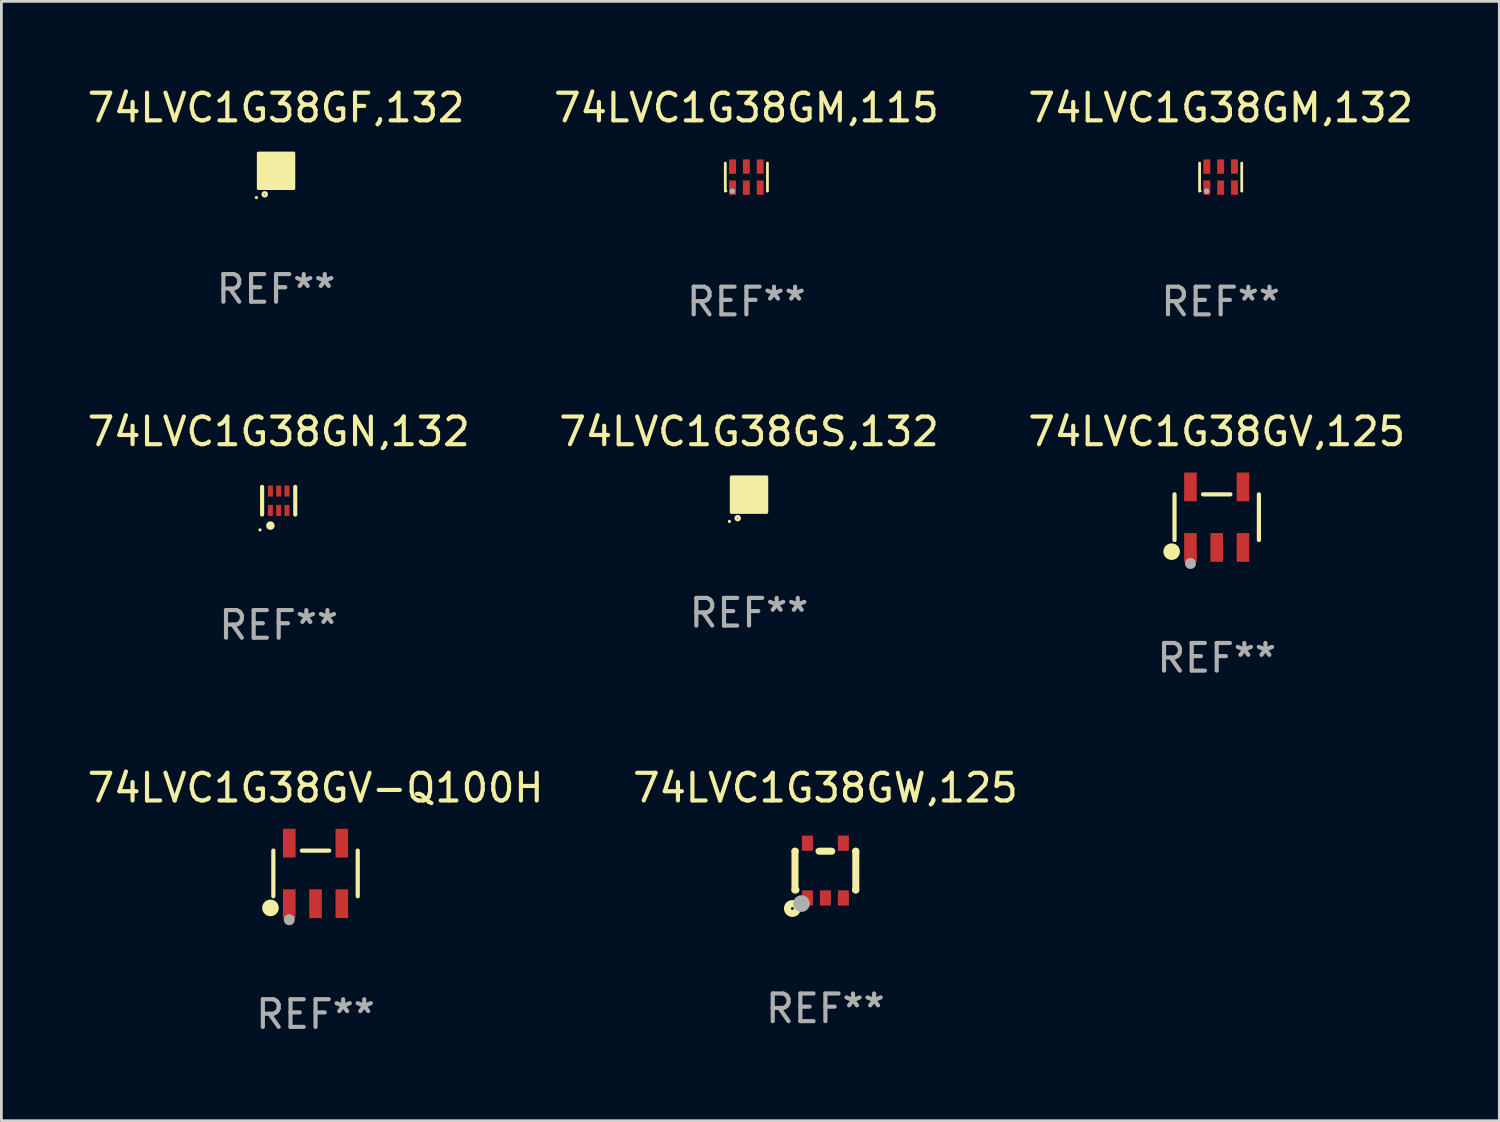
<source format=kicad_pcb>
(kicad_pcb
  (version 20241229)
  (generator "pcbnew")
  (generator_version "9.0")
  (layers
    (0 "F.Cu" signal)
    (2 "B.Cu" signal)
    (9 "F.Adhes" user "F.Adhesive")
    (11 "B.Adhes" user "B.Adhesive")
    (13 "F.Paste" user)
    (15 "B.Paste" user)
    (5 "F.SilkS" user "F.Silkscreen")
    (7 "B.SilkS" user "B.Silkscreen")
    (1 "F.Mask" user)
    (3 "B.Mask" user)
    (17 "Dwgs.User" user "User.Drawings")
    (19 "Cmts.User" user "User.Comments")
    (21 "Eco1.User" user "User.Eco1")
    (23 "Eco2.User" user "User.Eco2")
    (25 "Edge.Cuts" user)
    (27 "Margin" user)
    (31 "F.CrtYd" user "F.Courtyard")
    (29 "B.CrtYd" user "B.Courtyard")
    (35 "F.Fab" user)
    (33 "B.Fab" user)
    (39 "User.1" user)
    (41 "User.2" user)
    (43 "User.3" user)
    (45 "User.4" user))
  (footprint "74LVC1G38GV-Q100H"
    (layer "F.Cu")
    (at 8.363 28.542)
    (property "Reference" "74LVC1G38GV-Q100H" (at 0 -3.095 0) (layer "F.SilkS") (effects (font (size 1 1) (thickness 0.15))))
    (attr through_hole)
    (fp_line (start -1.526 0.826) (end -1.526 -0.826) (stroke (width 0.152) (type solid)) (layer "F.SilkS"))
    (fp_line (start 0.494 -0.826) (end -0.494 -0.826) (stroke (width 0.152) (type solid)) (layer "F.SilkS"))
    (fp_line (start 1.526 0.826) (end 1.526 -0.826) (stroke (width 0.152) (type solid)) (layer "F.SilkS"))
    (fp_circle (center -1.63 1.247) (end -1.48 1.247) (stroke (width 0.3) (type solid)) (fill no) (layer "F.SilkS"))
    (fp_circle (center -1.45 1.375) (end -1.42 1.375) (stroke (width 0.06) (type solid)) (fill no) (layer "F.SilkS"))
    (fp_circle (center -0.95 1.675) (end -0.85 1.675) (stroke (width 0.2) (type solid)) (fill no) (layer "F.Fab"))
    (fp_text user "REF**" (at 0 5.095 0) (layer "F.Fab") (effects (font (size 1 1) (thickness 0.15))))
    (pad "1" smd rect (at -0.95 1.095) (size 0.455 1.04) (layers "F.Cu" "F.Mask" "F.Paste"))
    (pad "2" smd rect (at 0 1.095) (size 0.455 1.04) (layers "F.Cu" "F.Mask" "F.Paste"))
    (pad "3" smd rect (at 0.95 1.095) (size 0.455 1.04) (layers "F.Cu" "F.Mask" "F.Paste"))
    (pad "4" smd rect (at 0.95 -1.095) (size 0.455 1.04) (layers "F.Cu" "F.Mask" "F.Paste"))
    (pad "5" smd rect (at -0.95 -1.095) (size 0.455 1.04) (layers "F.Cu" "F.Mask" "F.Paste")))
  (footprint "74LVC1G38GM,115"
    (layer "F.Cu")
    (at 23.946 3.356)
    (property "Reference" "74LVC1G38GM,115" (at 0 -2.508 0) (layer "F.SilkS") (effects (font (size 1 1) (thickness 0.15))))
    (attr through_hole)
    (fp_line (start -0.762 -0.508) (end -0.762 0.508) (stroke (width 0.1) (type solid)) (layer "F.SilkS"))
    (fp_line (start 0.762 -0.508) (end 0.762 0.508) (stroke (width 0.1) (type solid)) (layer "F.SilkS"))
    (fp_circle (center -0.725 0.5) (end -0.705 0.5) (stroke (width 0.04) (type solid)) (fill no) (layer "F.SilkS"))
    (fp_circle (center -0.508 0.508) (end -0.458 0.508) (stroke (width 0.1) (type solid)) (fill no) (layer "F.Fab"))
    (fp_text user "REF**" (at 0 4.508 0) (layer "F.Fab") (effects (font (size 1 1) (thickness 0.15))))
    (pad "1" smd rect (at -0.5 0.38) (size 0.25 0.52) (layers "F.Cu" "F.Mask" "F.Paste"))
    (pad "2" smd rect (at -0.000127 0.38) (size 0.25 0.52) (layers "F.Cu" "F.Mask" "F.Paste"))
    (pad "3" smd rect (at 0.5 0.38) (size 0.25 0.52) (layers "F.Cu" "F.Mask" "F.Paste"))
    (pad "4" smd rect (at 0.5 -0.38 180) (size 0.25 0.52) (layers "F.Cu" "F.Mask" "F.Paste"))
    (pad "5" smd rect (at -0.000127 -0.38 180) (size 0.25 0.52) (layers "F.Cu" "F.Mask" "F.Paste"))
    (pad "6" smd rect (at -0.5 -0.38 180) (size 0.25 0.52) (layers "F.Cu" "F.Mask" "F.Paste")))
  (footprint "74LVC1G38GW,125"
    (layer "F.Cu")
    (at 26.804 28.438)
    (property "Reference" "74LVC1G38GW,125" (at 0 -2.991 0) (layer "F.SilkS") (effects (font (size 1 1) (thickness 0.15))))
    (attr through_hole)
    (fp_line (start -1.1 -0.7) (end -1.1 0.7) (stroke (width 0.254) (type solid)) (layer "F.SilkS"))
    (fp_line (start -1.1 -0.7) (end -1.09 -0.7) (stroke (width 0.254) (type solid)) (layer "F.SilkS"))
    (fp_line (start -1.1 0.7) (end -1.065 0.7) (stroke (width 0.254) (type solid)) (layer "F.SilkS"))
    (fp_line (start -0.23 -0.7) (end 0.23 -0.7) (stroke (width 0.254) (type solid)) (layer "F.SilkS"))
    (fp_line (start 1.09 -0.7) (end 1.1 -0.7) (stroke (width 0.254) (type solid)) (layer "F.SilkS"))
    (fp_line (start 1.09 0.7) (end 1.1 0.7) (stroke (width 0.254) (type solid)) (layer "F.SilkS"))
    (fp_line (start 1.1 -0.7) (end 1.1 0.7) (stroke (width 0.254) (type solid)) (layer "F.SilkS"))
    (fp_circle (center -1.194 1.372) (end -1.143 1.372) (stroke (width 0.254) (type solid)) (fill no) (layer "F.SilkS"))
    (fp_circle (center -1.05 1.063) (end -1.02 1.063) (stroke (width 0.06) (type solid)) (fill no) (layer "F.SilkS"))
    (fp_circle (center -0.864 1.194) (end -0.713 1.194) (stroke (width 0.3) (type solid)) (fill no) (layer "F.Fab"))
    (fp_text user "REF**" (at 0 4.991 0) (layer "F.Fab") (effects (font (size 1 1) (thickness 0.15))))
    (pad "1" smd rect (at -0.65 0.991 180) (size 0.399 0.551) (layers "F.Cu" "F.Mask" "F.Paste"))
    (pad "2" smd rect (at 0 0.991 180) (size 0.399 0.551) (layers "F.Cu" "F.Mask" "F.Paste"))
    (pad "3" smd rect (at 0.65 0.991 180) (size 0.399 0.551) (layers "F.Cu" "F.Mask" "F.Paste"))
    (pad "4" smd rect (at 0.65 -0.991 180) (size 0.399 0.551) (layers "F.Cu" "F.Mask" "F.Paste"))
    (pad "5" smd rect (at -0.65 -0.991 180) (size 0.399 0.551) (layers "F.Cu" "F.Mask" "F.Paste")))
  (footprint "74LVC1G38GV,125"
    (layer "F.Cu")
    (at 40.958 15.656)
    (property "Reference" "74LVC1G38GV,125" (at 0 -3.095 0) (layer "F.SilkS") (effects (font (size 1 1) (thickness 0.15))))
    (attr through_hole)
    (fp_line (start -1.526 0.826) (end -1.526 -0.826) (stroke (width 0.152) (type solid)) (layer "F.SilkS"))
    (fp_line (start 0.494 -0.826) (end -0.494 -0.826) (stroke (width 0.152) (type solid)) (layer "F.SilkS"))
    (fp_line (start 1.526 0.826) (end 1.526 -0.826) (stroke (width 0.152) (type solid)) (layer "F.SilkS"))
    (fp_circle (center -1.63 1.247) (end -1.48 1.247) (stroke (width 0.3) (type solid)) (fill no) (layer "F.SilkS"))
    (fp_circle (center -1.45 1.375) (end -1.42 1.375) (stroke (width 0.06) (type solid)) (fill no) (layer "F.SilkS"))
    (fp_circle (center -0.95 1.675) (end -0.85 1.675) (stroke (width 0.2) (type solid)) (fill no) (layer "F.Fab"))
    (fp_text user "REF**" (at 0 5.095 0) (layer "F.Fab") (effects (font (size 1 1) (thickness 0.15))))
    (pad "1" smd rect (at -0.95 1.095) (size 0.455 1.04) (layers "F.Cu" "F.Mask" "F.Paste"))
    (pad "2" smd rect (at 0 1.095) (size 0.455 1.04) (layers "F.Cu" "F.Mask" "F.Paste"))
    (pad "3" smd rect (at 0.95 1.095) (size 0.455 1.04) (layers "F.Cu" "F.Mask" "F.Paste"))
    (pad "4" smd rect (at 0.95 -1.095) (size 0.455 1.04) (layers "F.Cu" "F.Mask" "F.Paste"))
    (pad "5" smd rect (at -0.95 -1.095) (size 0.455 1.04) (layers "F.Cu" "F.Mask" "F.Paste")))
  (footprint "74LVC1G38GM,132"
    (layer "F.Cu")
    (at 41.101 3.356)
    (property "Reference" "74LVC1G38GM,132" (at 0 -2.508 0) (layer "F.SilkS") (effects (font (size 1 1) (thickness 0.15))))
    (attr through_hole)
    (fp_line (start -0.762 -0.508) (end -0.762 0.508) (stroke (width 0.1) (type solid)) (layer "F.SilkS"))
    (fp_line (start 0.762 -0.508) (end 0.762 0.508) (stroke (width 0.1) (type solid)) (layer "F.SilkS"))
    (fp_circle (center -0.725 0.5) (end -0.705 0.5) (stroke (width 0.04) (type solid)) (fill no) (layer "F.SilkS"))
    (fp_circle (center -0.508 0.508) (end -0.458 0.508) (stroke (width 0.1) (type solid)) (fill no) (layer "F.Fab"))
    (fp_text user "REF**" (at 0 4.508 0) (layer "F.Fab") (effects (font (size 1 1) (thickness 0.15))))
    (pad "1" smd rect (at -0.5 0.38) (size 0.25 0.52) (layers "F.Cu" "F.Mask" "F.Paste"))
    (pad "2" smd rect (at -0.000127 0.38) (size 0.25 0.52) (layers "F.Cu" "F.Mask" "F.Paste"))
    (pad "3" smd rect (at 0.5 0.38) (size 0.25 0.52) (layers "F.Cu" "F.Mask" "F.Paste"))
    (pad "4" smd rect (at 0.5 -0.38 180) (size 0.25 0.52) (layers "F.Cu" "F.Mask" "F.Paste"))
    (pad "5" smd rect (at -0.000127 -0.38 180) (size 0.25 0.52) (layers "F.Cu" "F.Mask" "F.Paste"))
    (pad "6" smd rect (at -0.5 -0.38 180) (size 0.25 0.52) (layers "F.Cu" "F.Mask" "F.Paste")))
  (footprint "74LVC1G38GF,132"
    (layer "F.Cu")
    (at 6.935 3.128)
    (property "Reference" "74LVC1G38GF,132" (at 0 -2.28 0) (layer "F.SilkS") (effects (font (size 1 1) (thickness 0.15))))
    (attr through_hole)
    (fp_circle (center -0.71 0.968) (end -0.68 0.968) (stroke (width 0.06) (type solid)) (fill no) (layer "F.SilkS"))
    (fp_circle (center -0.41 0.85) (end -0.342 0.85) (stroke (width 0.1) (type solid)) (fill no) (layer "F.SilkS"))
    (fp_poly (pts (xy -0.635 -0.635) (xy 0.635 -0.635) (xy 0.635 0.635) (xy -0.635 0.635)) (stroke (width 0.12) (type solid)) (fill yes) (layer "F.SilkS"))
    (fp_text user "REF**" (at 0 4.28 0) (layer "F.Fab") (effects (font (size 1 1) (thickness 0.15))))
    (pad "1" smd rect (at -0.35 0.28 90) (size 0.35 0.2) (layers "F.Cu" "F.Mask" "F.Paste"))
    (pad "2" smd rect (at 0 0.28 90) (size 0.35 0.2) (layers "F.Cu" "F.Mask" "F.Paste"))
    (pad "3" smd rect (at 0.35 0.28 90) (size 0.35 0.2) (layers "F.Cu" "F.Mask" "F.Paste"))
    (pad "4" smd rect (at 0.35 -0.28 90) (size 0.35 0.2) (layers "F.Cu" "F.Mask" "F.Paste"))
    (pad "5" smd rect (at 0 -0.28 90) (size 0.35 0.2) (layers "F.Cu" "F.Mask" "F.Paste"))
    (pad "6" smd rect (at -0.35 -0.28 90) (size 0.35 0.2) (layers "F.Cu" "F.Mask" "F.Paste")))
  (footprint "74LVC1G38GN,132"
    (layer "F.Cu")
    (at 7.03 15.061)
    (property "Reference" "74LVC1G38GN,132" (at 0 -2.5 0) (layer "F.SilkS") (effects (font (size 1 1) (thickness 0.15))))
    (attr through_hole)
    (fp_line (start -0.6 -0.5) (end -0.6 0.5) (stroke (width 0.15) (type solid)) (layer "F.SilkS"))
    (fp_line (start 0.6 0.5) (end 0.6 -0.5) (stroke (width 0.15) (type solid)) (layer "F.SilkS"))
    (fp_circle (center -0.675 1.055) (end -0.645 1.055) (stroke (width 0.06) (type solid)) (fill no) (layer "F.SilkS"))
    (fp_circle (center -0.3 0.9) (end -0.22 0.9) (stroke (width 0.15) (type solid)) (fill no) (layer "F.SilkS"))
    (fp_text user "REF**" (at 0 4.5 0) (layer "F.Fab") (effects (font (size 1 1) (thickness 0.15))))
    (pad "1" smd rect (at -0.3 0.35) (size 0.18 0.4) (layers "F.Cu" "F.Mask" "F.Paste"))
    (pad "2" smd rect (at 0.000025 0.35) (size 0.18 0.4) (layers "F.Cu" "F.Mask" "F.Paste"))
    (pad "3" smd rect (at 0.3 0.35) (size 0.18 0.4) (layers "F.Cu" "F.Mask" "F.Paste"))
    (pad "4" smd rect (at 0.3 -0.35) (size 0.18 0.4) (layers "F.Cu" "F.Mask" "F.Paste"))
    (pad "5" smd rect (at 0.000025 -0.35) (size 0.18 0.4) (layers "F.Cu" "F.Mask" "F.Paste"))
    (pad "6" smd rect (at -0.3 -0.35) (size 0.18 0.4) (layers "F.Cu" "F.Mask" "F.Paste")))
  (footprint "74LVC1G38GS,132"
    (layer "F.Cu")
    (at 24.042 14.841)
    (property "Reference" "74LVC1G38GS,132" (at 0 -2.28 0) (layer "F.SilkS") (effects (font (size 1 1) (thickness 0.15))))
    (attr through_hole)
    (fp_circle (center -0.71 0.968) (end -0.68 0.968) (stroke (width 0.06) (type solid)) (fill no) (layer "F.SilkS"))
    (fp_circle (center -0.41 0.85) (end -0.342 0.85) (stroke (width 0.1) (type solid)) (fill no) (layer "F.SilkS"))
    (fp_poly (pts (xy -0.635 -0.635) (xy 0.635 -0.635) (xy 0.635 0.635) (xy -0.635 0.635)) (stroke (width 0.12) (type solid)) (fill yes) (layer "F.SilkS"))
    (fp_text user "REF**" (at 0 4.28 0) (layer "F.Fab") (effects (font (size 1 1) (thickness 0.15))))
    (pad "1" smd rect (at -0.35 0.28 90) (size 0.35 0.2) (layers "F.Cu" "F.Mask" "F.Paste"))
    (pad "2" smd rect (at 0 0.28 90) (size 0.35 0.2) (layers "F.Cu" "F.Mask" "F.Paste"))
    (pad "3" smd rect (at 0.35 0.28 90) (size 0.35 0.2) (layers "F.Cu" "F.Mask" "F.Paste"))
    (pad "4" smd rect (at 0.35 -0.28 90) (size 0.35 0.2) (layers "F.Cu" "F.Mask" "F.Paste"))
    (pad "5" smd rect (at 0 -0.28 90) (size 0.35 0.2) (layers "F.Cu" "F.Mask" "F.Paste"))
    (pad "6" smd rect (at -0.35 -0.28 90) (size 0.35 0.2) (layers "F.Cu" "F.Mask" "F.Paste")))
  (gr_rect
    (start -3 -3)
    (end 51.179 37.485)
    (stroke (width 0.1) (type default))
    (fill no)
    (layer "Edge.Cuts")))
</source>
